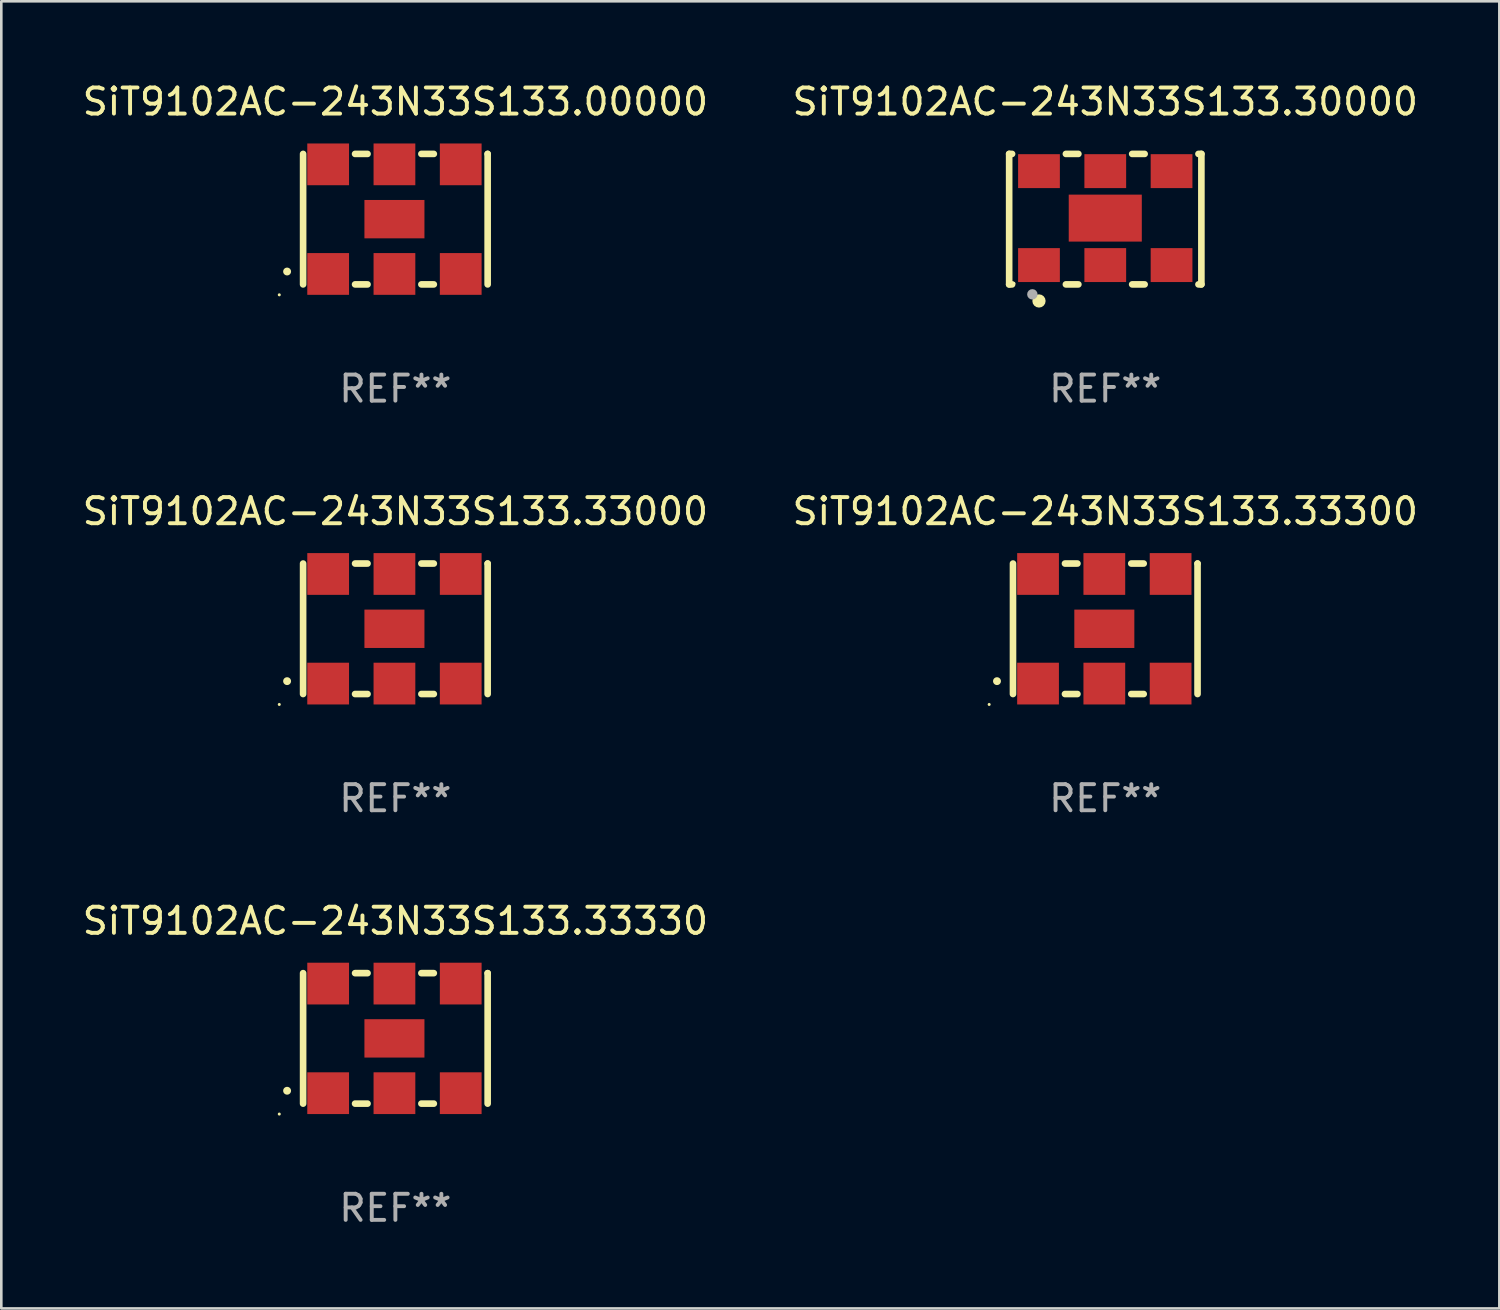
<source format=kicad_pcb>
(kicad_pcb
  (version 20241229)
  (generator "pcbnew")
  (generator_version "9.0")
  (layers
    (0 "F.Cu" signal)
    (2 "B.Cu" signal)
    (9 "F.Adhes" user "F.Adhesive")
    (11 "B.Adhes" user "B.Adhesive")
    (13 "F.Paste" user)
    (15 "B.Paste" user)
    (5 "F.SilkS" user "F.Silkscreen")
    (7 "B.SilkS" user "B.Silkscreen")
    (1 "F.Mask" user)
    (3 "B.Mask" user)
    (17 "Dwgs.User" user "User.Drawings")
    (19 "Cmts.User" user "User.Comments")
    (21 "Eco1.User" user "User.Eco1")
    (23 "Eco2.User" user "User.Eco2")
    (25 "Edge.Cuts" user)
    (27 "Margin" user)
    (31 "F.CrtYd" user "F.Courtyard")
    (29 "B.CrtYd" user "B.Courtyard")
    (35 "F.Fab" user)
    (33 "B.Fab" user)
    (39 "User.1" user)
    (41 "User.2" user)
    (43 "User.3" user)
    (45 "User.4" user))
  (footprint "SiT9102AC-243N33S133.33000"
    (layer "F.Cu")
    (at 12.101 21.045)
    (property "Reference" "SiT9102AC-243N33S133.33000" (at 0 -4.5 0) (layer "F.SilkS") (effects (font (size 1 1) (thickness 0.15))))
    (attr through_hole)
    (fp_line (start -3.536 -2.5) (end -3.536 2.5) (stroke (width 0.254) (type solid)) (layer "F.SilkS"))
    (fp_line (start -1.544 2.5) (end -1.067 2.5) (stroke (width 0.254) (type solid)) (layer "F.SilkS"))
    (fp_line (start -1.067 -2.5) (end -1.544 -2.5) (stroke (width 0.254) (type solid)) (layer "F.SilkS"))
    (fp_line (start 0.996 2.5) (end 1.473 2.5) (stroke (width 0.254) (type solid)) (layer "F.SilkS"))
    (fp_line (start 1.473 -2.5) (end 0.996 -2.5) (stroke (width 0.254) (type solid)) (layer "F.SilkS"))
    (fp_line (start 3.536 -2.5) (end 3.536 -2.5) (stroke (width 0.254) (type solid)) (layer "F.SilkS"))
    (fp_line (start 3.536 2.5) (end 3.536 -2.5) (stroke (width 0.254) (type solid)) (layer "F.SilkS"))
    (fp_arc (start -4.150432 2.006604) (mid -4.149162 2.006599) (end -4.147892 2.006604) (stroke (width 0.3) (type solid)) (layer "F.SilkS"))
    (fp_circle (center -4.449 2.9) (end -4.419 2.9) (stroke (width 0.06) (type solid)) (fill no) (layer "F.SilkS"))
    (fp_text user "REF**" (at 0 6.5 0) (layer "F.Fab") (effects (font (size 1 1) (thickness 0.15))))
    (pad "1" smd rect (at -2.576 2.1) (size 1.6 1.6) (layers "F.Cu" "F.Mask" "F.Paste"))
    (pad "2" smd rect (at -0.036 2.1) (size 1.6 1.6) (layers "F.Cu" "F.Mask" "F.Paste"))
    (pad "3" smd rect (at 2.504 2.1) (size 1.6 1.6) (layers "F.Cu" "F.Mask" "F.Paste"))
    (pad "4" smd rect (at 2.504 -2.1) (size 1.6 1.6) (layers "F.Cu" "F.Mask" "F.Paste"))
    (pad "5" smd rect (at -0.036 -2.1) (size 1.6 1.6) (layers "F.Cu" "F.Mask" "F.Paste"))
    (pad "6" smd rect (at -2.576 -2.1) (size 1.6 1.6) (layers "F.Cu" "F.Mask" "F.Paste"))
    (pad "7" smd rect (at -0.036 0) (size 2.3 1.47) (layers "F.Cu" "F.Mask" "F.Paste")))
  (footprint "SiT9102AC-243N33S133.00000"
    (layer "F.Cu")
    (at 12.101 5.348)
    (property "Reference" "SiT9102AC-243N33S133.00000" (at 0 -4.5 0) (layer "F.SilkS") (effects (font (size 1 1) (thickness 0.15))))
    (attr through_hole)
    (fp_line (start -3.536 -2.5) (end -3.536 2.5) (stroke (width 0.254) (type solid)) (layer "F.SilkS"))
    (fp_line (start -1.544 2.5) (end -1.067 2.5) (stroke (width 0.254) (type solid)) (layer "F.SilkS"))
    (fp_line (start -1.067 -2.5) (end -1.544 -2.5) (stroke (width 0.254) (type solid)) (layer "F.SilkS"))
    (fp_line (start 0.996 2.5) (end 1.473 2.5) (stroke (width 0.254) (type solid)) (layer "F.SilkS"))
    (fp_line (start 1.473 -2.5) (end 0.996 -2.5) (stroke (width 0.254) (type solid)) (layer "F.SilkS"))
    (fp_line (start 3.536 -2.5) (end 3.536 -2.5) (stroke (width 0.254) (type solid)) (layer "F.SilkS"))
    (fp_line (start 3.536 2.5) (end 3.536 -2.5) (stroke (width 0.254) (type solid)) (layer "F.SilkS"))
    (fp_arc (start -4.150432 2.006604) (mid -4.149162 2.006599) (end -4.147892 2.006604) (stroke (width 0.3) (type solid)) (layer "F.SilkS"))
    (fp_circle (center -4.449 2.9) (end -4.419 2.9) (stroke (width 0.06) (type solid)) (fill no) (layer "F.SilkS"))
    (fp_text user "REF**" (at 0 6.5 0) (layer "F.Fab") (effects (font (size 1 1) (thickness 0.15))))
    (pad "1" smd rect (at -2.576 2.1) (size 1.6 1.6) (layers "F.Cu" "F.Mask" "F.Paste"))
    (pad "2" smd rect (at -0.036 2.1) (size 1.6 1.6) (layers "F.Cu" "F.Mask" "F.Paste"))
    (pad "3" smd rect (at 2.504 2.1) (size 1.6 1.6) (layers "F.Cu" "F.Mask" "F.Paste"))
    (pad "4" smd rect (at 2.504 -2.1) (size 1.6 1.6) (layers "F.Cu" "F.Mask" "F.Paste"))
    (pad "5" smd rect (at -0.036 -2.1) (size 1.6 1.6) (layers "F.Cu" "F.Mask" "F.Paste"))
    (pad "6" smd rect (at -2.576 -2.1) (size 1.6 1.6) (layers "F.Cu" "F.Mask" "F.Paste"))
    (pad "7" smd rect (at -0.036 0) (size 2.3 1.47) (layers "F.Cu" "F.Mask" "F.Paste")))
  (footprint "SiT9102AC-243N33S133.33300"
    (layer "F.Cu")
    (at 39.304 21.045)
    (property "Reference" "SiT9102AC-243N33S133.33300" (at 0 -4.5 0) (layer "F.SilkS") (effects (font (size 1 1) (thickness 0.15))))
    (attr through_hole)
    (fp_line (start -3.536 -2.5) (end -3.536 2.5) (stroke (width 0.254) (type solid)) (layer "F.SilkS"))
    (fp_line (start -1.544 2.5) (end -1.067 2.5) (stroke (width 0.254) (type solid)) (layer "F.SilkS"))
    (fp_line (start -1.067 -2.5) (end -1.544 -2.5) (stroke (width 0.254) (type solid)) (layer "F.SilkS"))
    (fp_line (start 0.996 2.5) (end 1.473 2.5) (stroke (width 0.254) (type solid)) (layer "F.SilkS"))
    (fp_line (start 1.473 -2.5) (end 0.996 -2.5) (stroke (width 0.254) (type solid)) (layer "F.SilkS"))
    (fp_line (start 3.536 -2.5) (end 3.536 -2.5) (stroke (width 0.254) (type solid)) (layer "F.SilkS"))
    (fp_line (start 3.536 2.5) (end 3.536 -2.5) (stroke (width 0.254) (type solid)) (layer "F.SilkS"))
    (fp_arc (start -4.150432 2.006604) (mid -4.149162 2.006599) (end -4.147892 2.006604) (stroke (width 0.3) (type solid)) (layer "F.SilkS"))
    (fp_circle (center -4.449 2.9) (end -4.419 2.9) (stroke (width 0.06) (type solid)) (fill no) (layer "F.SilkS"))
    (fp_text user "REF**" (at 0 6.5 0) (layer "F.Fab") (effects (font (size 1 1) (thickness 0.15))))
    (pad "1" smd rect (at -2.576 2.1) (size 1.6 1.6) (layers "F.Cu" "F.Mask" "F.Paste"))
    (pad "2" smd rect (at -0.036 2.1) (size 1.6 1.6) (layers "F.Cu" "F.Mask" "F.Paste"))
    (pad "3" smd rect (at 2.504 2.1) (size 1.6 1.6) (layers "F.Cu" "F.Mask" "F.Paste"))
    (pad "4" smd rect (at 2.504 -2.1) (size 1.6 1.6) (layers "F.Cu" "F.Mask" "F.Paste"))
    (pad "5" smd rect (at -0.036 -2.1) (size 1.6 1.6) (layers "F.Cu" "F.Mask" "F.Paste"))
    (pad "6" smd rect (at -2.576 -2.1) (size 1.6 1.6) (layers "F.Cu" "F.Mask" "F.Paste"))
    (pad "7" smd rect (at -0.036 0) (size 2.3 1.47) (layers "F.Cu" "F.Mask" "F.Paste")))
  (footprint "SiT9102AC-243N33S133.30000"
    (layer "F.Cu")
    (at 39.304 5.348)
    (property "Reference" "SiT9102AC-243N33S133.30000" (at 0 -4.5 0) (layer "F.SilkS") (effects (font (size 1 1) (thickness 0.15))))
    (attr through_hole)
    (fp_line (start -3.683 -2.5) (end -3.571 -2.5) (stroke (width 0.254) (type solid)) (layer "F.SilkS"))
    (fp_line (start -3.683 2.5) (end -3.683 -2.5) (stroke (width 0.254) (type solid)) (layer "F.SilkS"))
    (fp_line (start -3.683 2.5) (end -3.571 2.5) (stroke (width 0.254) (type solid)) (layer "F.SilkS"))
    (fp_line (start -1.509 -2.5) (end -1.031 -2.5) (stroke (width 0.254) (type solid)) (layer "F.SilkS"))
    (fp_line (start -1.509 2.5) (end -1.031 2.5) (stroke (width 0.254) (type solid)) (layer "F.SilkS"))
    (fp_line (start 1.031 -2.5) (end 1.509 -2.5) (stroke (width 0.254) (type solid)) (layer "F.SilkS"))
    (fp_line (start 1.031 2.5) (end 1.509 2.5) (stroke (width 0.254) (type solid)) (layer "F.SilkS"))
    (fp_line (start 3.571 -2.5) (end 3.683 -2.5) (stroke (width 0.254) (type solid)) (layer "F.SilkS"))
    (fp_line (start 3.571 2.5) (end 3.683 2.5) (stroke (width 0.254) (type solid)) (layer "F.SilkS"))
    (fp_line (start 3.683 2.5) (end 3.683 -2.5) (stroke (width 0.254) (type solid)) (layer "F.SilkS"))
    (fp_circle (center -3.5 2.46) (end -3.47 2.46) (stroke (width 0.06) (type solid)) (fill no) (layer "F.SilkS"))
    (fp_circle (center -2.54 3.135) (end -2.413 3.135) (stroke (width 0.254) (type solid)) (fill no) (layer "F.SilkS"))
    (fp_circle (center -2.794 2.881) (end -2.694 2.881) (stroke (width 0.2) (type solid)) (fill no) (layer "F.Fab"))
    (fp_text user "REF**" (at 0 6.5 0) (layer "F.Fab") (effects (font (size 1 1) (thickness 0.15))))
    (pad "1" smd rect (at -2.54 1.76) (size 1.6 1.3) (layers "F.Cu" "F.Mask" "F.Paste"))
    (pad "2" smd rect (at 0 1.76) (size 1.6 1.3) (layers "F.Cu" "F.Mask" "F.Paste"))
    (pad "3" smd rect (at 2.54 1.76) (size 1.6 1.3) (layers "F.Cu" "F.Mask" "F.Paste"))
    (pad "4" smd rect (at 2.54 -1.84) (size 1.6 1.3) (layers "F.Cu" "F.Mask" "F.Paste"))
    (pad "5" smd rect (at 0 -1.84) (size 1.6 1.3) (layers "F.Cu" "F.Mask" "F.Paste"))
    (pad "6" smd rect (at -2.54 -1.84) (size 1.6 1.3) (layers "F.Cu" "F.Mask" "F.Paste"))
    (pad "7" smd rect (at 0 -0.04) (size 2.8 1.8) (layers "F.Cu" "F.Mask" "F.Paste")))
  (footprint "SiT9102AC-243N33S133.33330"
    (layer "F.Cu")
    (at 12.101 36.741)
    (property "Reference" "SiT9102AC-243N33S133.33330" (at 0 -4.5 0) (layer "F.SilkS") (effects (font (size 1 1) (thickness 0.15))))
    (attr through_hole)
    (fp_line (start -3.536 -2.5) (end -3.536 2.5) (stroke (width 0.254) (type solid)) (layer "F.SilkS"))
    (fp_line (start -1.544 2.5) (end -1.067 2.5) (stroke (width 0.254) (type solid)) (layer "F.SilkS"))
    (fp_line (start -1.067 -2.5) (end -1.544 -2.5) (stroke (width 0.254) (type solid)) (layer "F.SilkS"))
    (fp_line (start 0.996 2.5) (end 1.473 2.5) (stroke (width 0.254) (type solid)) (layer "F.SilkS"))
    (fp_line (start 1.473 -2.5) (end 0.996 -2.5) (stroke (width 0.254) (type solid)) (layer "F.SilkS"))
    (fp_line (start 3.536 -2.5) (end 3.536 -2.5) (stroke (width 0.254) (type solid)) (layer "F.SilkS"))
    (fp_line (start 3.536 2.5) (end 3.536 -2.5) (stroke (width 0.254) (type solid)) (layer "F.SilkS"))
    (fp_arc (start -4.150432 2.006604) (mid -4.149162 2.006599) (end -4.147892 2.006604) (stroke (width 0.3) (type solid)) (layer "F.SilkS"))
    (fp_circle (center -4.449 2.9) (end -4.419 2.9) (stroke (width 0.06) (type solid)) (fill no) (layer "F.SilkS"))
    (fp_text user "REF**" (at 0 6.5 0) (layer "F.Fab") (effects (font (size 1 1) (thickness 0.15))))
    (pad "1" smd rect (at -2.576 2.1) (size 1.6 1.6) (layers "F.Cu" "F.Mask" "F.Paste"))
    (pad "2" smd rect (at -0.036 2.1) (size 1.6 1.6) (layers "F.Cu" "F.Mask" "F.Paste"))
    (pad "3" smd rect (at 2.504 2.1) (size 1.6 1.6) (layers "F.Cu" "F.Mask" "F.Paste"))
    (pad "4" smd rect (at 2.504 -2.1) (size 1.6 1.6) (layers "F.Cu" "F.Mask" "F.Paste"))
    (pad "5" smd rect (at -0.036 -2.1) (size 1.6 1.6) (layers "F.Cu" "F.Mask" "F.Paste"))
    (pad "6" smd rect (at -2.576 -2.1) (size 1.6 1.6) (layers "F.Cu" "F.Mask" "F.Paste"))
    (pad "7" smd rect (at -0.036 0) (size 2.3 1.47) (layers "F.Cu" "F.Mask" "F.Paste")))
  (gr_rect
    (start -3 -3)
    (end 54.405 47.09)
    (stroke (width 0.1) (type default))
    (fill no)
    (layer "Edge.Cuts")))
</source>
